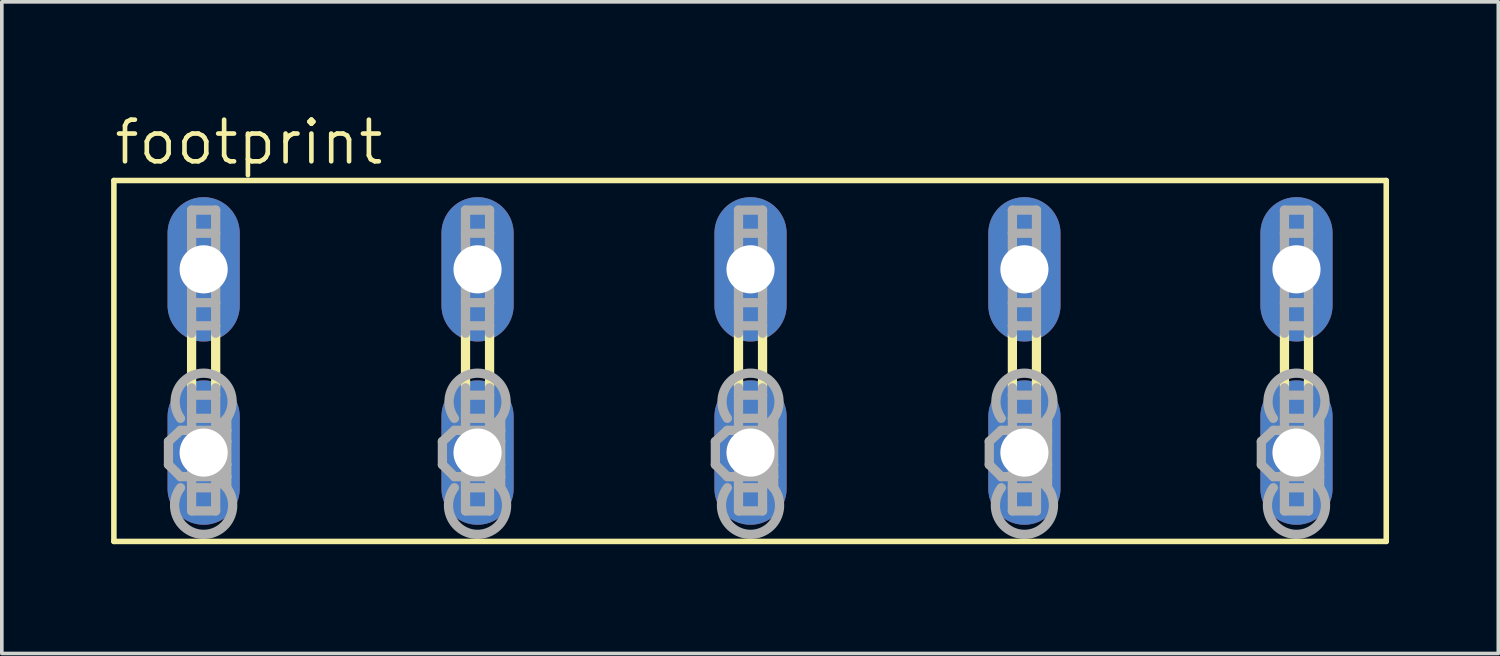
<source format=kicad_pcb>
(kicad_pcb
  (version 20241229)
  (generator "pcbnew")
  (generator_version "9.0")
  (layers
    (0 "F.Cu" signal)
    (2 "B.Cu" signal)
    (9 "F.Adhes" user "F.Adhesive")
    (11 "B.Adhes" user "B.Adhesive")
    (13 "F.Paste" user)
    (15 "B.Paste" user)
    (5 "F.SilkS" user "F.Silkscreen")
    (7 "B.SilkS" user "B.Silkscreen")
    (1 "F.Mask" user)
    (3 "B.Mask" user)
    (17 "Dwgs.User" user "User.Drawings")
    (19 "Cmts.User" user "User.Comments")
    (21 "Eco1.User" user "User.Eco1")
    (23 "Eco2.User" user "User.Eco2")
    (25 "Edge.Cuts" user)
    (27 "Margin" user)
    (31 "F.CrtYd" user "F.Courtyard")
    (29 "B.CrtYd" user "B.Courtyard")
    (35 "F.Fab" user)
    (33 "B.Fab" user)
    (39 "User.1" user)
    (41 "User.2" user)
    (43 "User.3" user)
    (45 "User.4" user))
  (footprint "footprint"
    (layer "F.Cu")
    (at 17.551 6.858)
    (property "Reference" "footprint" (at -17.526 -5.334 0) (layer "F.SilkS") (effects (font (size 1.143 1.143) (thickness 0.127)) (justify left bottom)))
    (fp_line (start -17.475 -4.953) (end -17.475 4.953) (stroke (width 0.152) (type solid)) (layer "F.SilkS"))
    (fp_line (start -17.475 -4.953) (end 17.45 -4.953) (stroke (width 0.152) (type solid)) (layer "F.SilkS"))
    (fp_line (start -15.342 0.711) (end -15.342 -0.737) (stroke (width 0.254) (type solid)) (layer "F.SilkS"))
    (fp_line (start -14.681 0.711) (end -14.681 -0.737) (stroke (width 0.254) (type solid)) (layer "F.SilkS"))
    (fp_line (start -7.823 0.711) (end -7.823 -0.737) (stroke (width 0.254) (type solid)) (layer "F.SilkS"))
    (fp_line (start -7.163 0.711) (end -7.163 -0.737) (stroke (width 0.254) (type solid)) (layer "F.SilkS"))
    (fp_line (start -0.33 0.711) (end -0.33 -0.737) (stroke (width 0.254) (type solid)) (layer "F.SilkS"))
    (fp_line (start 0.33 0.711) (end 0.33 -0.737) (stroke (width 0.254) (type solid)) (layer "F.SilkS"))
    (fp_line (start 7.188 0.711) (end 7.188 -0.737) (stroke (width 0.254) (type solid)) (layer "F.SilkS"))
    (fp_line (start 7.849 0.711) (end 7.849 -0.737) (stroke (width 0.254) (type solid)) (layer "F.SilkS"))
    (fp_line (start 14.656 0.711) (end 14.656 -0.737) (stroke (width 0.254) (type solid)) (layer "F.SilkS"))
    (fp_line (start 15.316 0.711) (end 15.316 -0.737) (stroke (width 0.254) (type solid)) (layer "F.SilkS"))
    (fp_line (start 17.45 4.953) (end -17.475 4.953) (stroke (width 0.152) (type solid)) (layer "F.SilkS"))
    (fp_line (start 17.45 4.953) (end 17.45 -4.953) (stroke (width 0.152) (type solid)) (layer "F.SilkS"))
    (fp_line (start -15.977 2.21) (end -15.646 1.905) (stroke (width 0.254) (type solid)) (layer "F.Fab"))
    (fp_line (start -15.977 2.845) (end -15.977 2.21) (stroke (width 0.254) (type solid)) (layer "F.Fab"))
    (fp_line (start -15.977 2.845) (end -15.646 3.175) (stroke (width 0.254) (type solid)) (layer "F.Fab"))
    (fp_line (start -15.342 -4.14) (end -14.681 -4.14) (stroke (width 0.254) (type solid)) (layer "F.Fab"))
    (fp_line (start -15.342 -3.505) (end -15.342 -4.14) (stroke (width 0.254) (type solid)) (layer "F.Fab"))
    (fp_line (start -15.342 -3.505) (end -15.342 -1.6) (stroke (width 0.254) (type solid)) (layer "F.Fab"))
    (fp_line (start -15.342 -1.6) (end -14.681 -1.6) (stroke (width 0.254) (type solid)) (layer "F.Fab"))
    (fp_line (start -15.342 -0.965) (end -15.342 -1.6) (stroke (width 0.254) (type solid)) (layer "F.Fab"))
    (fp_line (start -15.342 -0.965) (end -14.681 -0.965) (stroke (width 0.254) (type solid)) (layer "F.Fab"))
    (fp_line (start -15.342 -0.762) (end -15.342 -0.965) (stroke (width 0.254) (type solid)) (layer "F.Fab"))
    (fp_line (start -15.342 0.94) (end -15.342 0.737) (stroke (width 0.254) (type solid)) (layer "F.Fab"))
    (fp_line (start -15.342 0.94) (end -14.681 0.94) (stroke (width 0.254) (type solid)) (layer "F.Fab"))
    (fp_line (start -15.342 1.575) (end -15.342 0.94) (stroke (width 0.254) (type solid)) (layer "F.Fab"))
    (fp_line (start -15.342 1.575) (end -15.342 3.48) (stroke (width 0.254) (type solid)) (layer "F.Fab"))
    (fp_line (start -15.342 3.48) (end -15.342 4.115) (stroke (width 0.254) (type solid)) (layer "F.Fab"))
    (fp_line (start -15.342 3.48) (end -14.681 3.48) (stroke (width 0.254) (type solid)) (layer "F.Fab"))
    (fp_line (start -15.342 4.115) (end -14.681 4.115) (stroke (width 0.254) (type solid)) (layer "F.Fab"))
    (fp_line (start -14.681 -4.14) (end -14.681 -3.505) (stroke (width 0.254) (type solid)) (layer "F.Fab"))
    (fp_line (start -14.681 -3.505) (end -15.342 -3.505) (stroke (width 0.254) (type solid)) (layer "F.Fab"))
    (fp_line (start -14.681 -1.6) (end -14.681 -3.505) (stroke (width 0.254) (type solid)) (layer "F.Fab"))
    (fp_line (start -14.681 -0.965) (end -14.681 -1.6) (stroke (width 0.254) (type solid)) (layer "F.Fab"))
    (fp_line (start -14.681 -0.762) (end -14.681 -0.965) (stroke (width 0.254) (type solid)) (layer "F.Fab"))
    (fp_line (start -14.681 0.94) (end -14.681 0.737) (stroke (width 0.254) (type solid)) (layer "F.Fab"))
    (fp_line (start -14.681 0.94) (end -14.681 1.575) (stroke (width 0.254) (type solid)) (layer "F.Fab"))
    (fp_line (start -14.681 1.575) (end -15.342 1.575) (stroke (width 0.254) (type solid)) (layer "F.Fab"))
    (fp_line (start -14.681 1.905) (end -15.646 1.905) (stroke (width 0.254) (type solid)) (layer "F.Fab"))
    (fp_line (start -14.681 1.905) (end -14.681 1.575) (stroke (width 0.254) (type solid)) (layer "F.Fab"))
    (fp_line (start -14.681 1.905) (end -14.376 1.575) (stroke (width 0.254) (type solid)) (layer "F.Fab"))
    (fp_line (start -14.681 1.905) (end -14.376 2.21) (stroke (width 0.254) (type solid)) (layer "F.Fab"))
    (fp_line (start -14.681 3.175) (end -15.646 3.175) (stroke (width 0.254) (type solid)) (layer "F.Fab"))
    (fp_line (start -14.681 3.175) (end -14.681 1.905) (stroke (width 0.254) (type solid)) (layer "F.Fab"))
    (fp_line (start -14.681 3.175) (end -14.376 2.845) (stroke (width 0.254) (type solid)) (layer "F.Fab"))
    (fp_line (start -14.681 3.175) (end -14.376 3.48) (stroke (width 0.254) (type solid)) (layer "F.Fab"))
    (fp_line (start -14.681 3.48) (end -14.681 3.175) (stroke (width 0.254) (type solid)) (layer "F.Fab"))
    (fp_line (start -14.681 4.115) (end -14.681 3.48) (stroke (width 0.254) (type solid)) (layer "F.Fab"))
    (fp_line (start -14.376 1.905) (end -14.681 1.905) (stroke (width 0.254) (type solid)) (layer "F.Fab"))
    (fp_line (start -14.376 1.905) (end -14.376 1.575) (stroke (width 0.254) (type solid)) (layer "F.Fab"))
    (fp_line (start -14.376 2.21) (end -14.376 1.905) (stroke (width 0.254) (type solid)) (layer "F.Fab"))
    (fp_line (start -14.376 2.845) (end -14.376 2.21) (stroke (width 0.254) (type solid)) (layer "F.Fab"))
    (fp_line (start -14.376 3.175) (end -14.681 3.175) (stroke (width 0.254) (type solid)) (layer "F.Fab"))
    (fp_line (start -14.376 3.175) (end -14.376 2.845) (stroke (width 0.254) (type solid)) (layer "F.Fab"))
    (fp_line (start -14.376 3.48) (end -14.376 3.175) (stroke (width 0.254) (type solid)) (layer "F.Fab"))
    (fp_line (start -8.458 2.21) (end -8.128 1.905) (stroke (width 0.254) (type solid)) (layer "F.Fab"))
    (fp_line (start -8.458 2.845) (end -8.458 2.21) (stroke (width 0.254) (type solid)) (layer "F.Fab"))
    (fp_line (start -8.458 2.845) (end -8.128 3.175) (stroke (width 0.254) (type solid)) (layer "F.Fab"))
    (fp_line (start -7.823 -4.14) (end -7.163 -4.14) (stroke (width 0.254) (type solid)) (layer "F.Fab"))
    (fp_line (start -7.823 -3.505) (end -7.823 -4.14) (stroke (width 0.254) (type solid)) (layer "F.Fab"))
    (fp_line (start -7.823 -3.505) (end -7.823 -1.6) (stroke (width 0.254) (type solid)) (layer "F.Fab"))
    (fp_line (start -7.823 -1.6) (end -7.163 -1.6) (stroke (width 0.254) (type solid)) (layer "F.Fab"))
    (fp_line (start -7.823 -0.965) (end -7.823 -1.6) (stroke (width 0.254) (type solid)) (layer "F.Fab"))
    (fp_line (start -7.823 -0.965) (end -7.163 -0.965) (stroke (width 0.254) (type solid)) (layer "F.Fab"))
    (fp_line (start -7.823 -0.762) (end -7.823 -0.965) (stroke (width 0.254) (type solid)) (layer "F.Fab"))
    (fp_line (start -7.823 0.94) (end -7.823 0.737) (stroke (width 0.254) (type solid)) (layer "F.Fab"))
    (fp_line (start -7.823 0.94) (end -7.163 0.94) (stroke (width 0.254) (type solid)) (layer "F.Fab"))
    (fp_line (start -7.823 1.575) (end -7.823 0.94) (stroke (width 0.254) (type solid)) (layer "F.Fab"))
    (fp_line (start -7.823 1.575) (end -7.823 3.48) (stroke (width 0.254) (type solid)) (layer "F.Fab"))
    (fp_line (start -7.823 3.48) (end -7.823 4.115) (stroke (width 0.254) (type solid)) (layer "F.Fab"))
    (fp_line (start -7.823 3.48) (end -7.163 3.48) (stroke (width 0.254) (type solid)) (layer "F.Fab"))
    (fp_line (start -7.823 4.115) (end -7.163 4.115) (stroke (width 0.254) (type solid)) (layer "F.Fab"))
    (fp_line (start -7.163 -4.14) (end -7.163 -3.505) (stroke (width 0.254) (type solid)) (layer "F.Fab"))
    (fp_line (start -7.163 -3.505) (end -7.823 -3.505) (stroke (width 0.254) (type solid)) (layer "F.Fab"))
    (fp_line (start -7.163 -1.6) (end -7.163 -3.505) (stroke (width 0.254) (type solid)) (layer "F.Fab"))
    (fp_line (start -7.163 -0.965) (end -7.163 -1.6) (stroke (width 0.254) (type solid)) (layer "F.Fab"))
    (fp_line (start -7.163 -0.762) (end -7.163 -0.965) (stroke (width 0.254) (type solid)) (layer "F.Fab"))
    (fp_line (start -7.163 0.94) (end -7.163 0.737) (stroke (width 0.254) (type solid)) (layer "F.Fab"))
    (fp_line (start -7.163 0.94) (end -7.163 1.575) (stroke (width 0.254) (type solid)) (layer "F.Fab"))
    (fp_line (start -7.163 1.575) (end -7.823 1.575) (stroke (width 0.254) (type solid)) (layer "F.Fab"))
    (fp_line (start -7.163 1.905) (end -8.128 1.905) (stroke (width 0.254) (type solid)) (layer "F.Fab"))
    (fp_line (start -7.163 1.905) (end -7.163 1.575) (stroke (width 0.254) (type solid)) (layer "F.Fab"))
    (fp_line (start -7.163 1.905) (end -6.858 1.575) (stroke (width 0.254) (type solid)) (layer "F.Fab"))
    (fp_line (start -7.163 1.905) (end -6.858 2.21) (stroke (width 0.254) (type solid)) (layer "F.Fab"))
    (fp_line (start -7.163 3.175) (end -8.128 3.175) (stroke (width 0.254) (type solid)) (layer "F.Fab"))
    (fp_line (start -7.163 3.175) (end -7.163 1.905) (stroke (width 0.254) (type solid)) (layer "F.Fab"))
    (fp_line (start -7.163 3.175) (end -6.858 2.845) (stroke (width 0.254) (type solid)) (layer "F.Fab"))
    (fp_line (start -7.163 3.175) (end -6.858 3.48) (stroke (width 0.254) (type solid)) (layer "F.Fab"))
    (fp_line (start -7.163 3.48) (end -7.163 3.175) (stroke (width 0.254) (type solid)) (layer "F.Fab"))
    (fp_line (start -7.163 4.115) (end -7.163 3.48) (stroke (width 0.254) (type solid)) (layer "F.Fab"))
    (fp_line (start -6.858 1.905) (end -7.163 1.905) (stroke (width 0.254) (type solid)) (layer "F.Fab"))
    (fp_line (start -6.858 1.905) (end -6.858 1.575) (stroke (width 0.254) (type solid)) (layer "F.Fab"))
    (fp_line (start -6.858 2.21) (end -6.858 1.905) (stroke (width 0.254) (type solid)) (layer "F.Fab"))
    (fp_line (start -6.858 2.845) (end -6.858 2.21) (stroke (width 0.254) (type solid)) (layer "F.Fab"))
    (fp_line (start -6.858 3.175) (end -7.163 3.175) (stroke (width 0.254) (type solid)) (layer "F.Fab"))
    (fp_line (start -6.858 3.175) (end -6.858 2.845) (stroke (width 0.254) (type solid)) (layer "F.Fab"))
    (fp_line (start -6.858 3.48) (end -6.858 3.175) (stroke (width 0.254) (type solid)) (layer "F.Fab"))
    (fp_line (start -0.965 2.21) (end -0.635 1.905) (stroke (width 0.254) (type solid)) (layer "F.Fab"))
    (fp_line (start -0.965 2.845) (end -0.965 2.21) (stroke (width 0.254) (type solid)) (layer "F.Fab"))
    (fp_line (start -0.965 2.845) (end -0.635 3.175) (stroke (width 0.254) (type solid)) (layer "F.Fab"))
    (fp_line (start -0.33 -4.14) (end 0.33 -4.14) (stroke (width 0.254) (type solid)) (layer "F.Fab"))
    (fp_line (start -0.33 -3.505) (end -0.33 -4.14) (stroke (width 0.254) (type solid)) (layer "F.Fab"))
    (fp_line (start -0.33 -3.505) (end -0.33 -1.6) (stroke (width 0.254) (type solid)) (layer "F.Fab"))
    (fp_line (start -0.33 -1.6) (end 0.33 -1.6) (stroke (width 0.254) (type solid)) (layer "F.Fab"))
    (fp_line (start -0.33 -0.965) (end -0.33 -1.6) (stroke (width 0.254) (type solid)) (layer "F.Fab"))
    (fp_line (start -0.33 -0.965) (end 0.33 -0.965) (stroke (width 0.254) (type solid)) (layer "F.Fab"))
    (fp_line (start -0.33 -0.762) (end -0.33 -0.965) (stroke (width 0.254) (type solid)) (layer "F.Fab"))
    (fp_line (start -0.33 0.94) (end -0.33 0.737) (stroke (width 0.254) (type solid)) (layer "F.Fab"))
    (fp_line (start -0.33 0.94) (end 0.33 0.94) (stroke (width 0.254) (type solid)) (layer "F.Fab"))
    (fp_line (start -0.33 1.575) (end -0.33 0.94) (stroke (width 0.254) (type solid)) (layer "F.Fab"))
    (fp_line (start -0.33 1.575) (end -0.33 3.48) (stroke (width 0.254) (type solid)) (layer "F.Fab"))
    (fp_line (start -0.33 3.48) (end -0.33 4.115) (stroke (width 0.254) (type solid)) (layer "F.Fab"))
    (fp_line (start -0.33 3.48) (end 0.33 3.48) (stroke (width 0.254) (type solid)) (layer "F.Fab"))
    (fp_line (start -0.33 4.115) (end 0.33 4.115) (stroke (width 0.254) (type solid)) (layer "F.Fab"))
    (fp_line (start 0.33 -4.14) (end 0.33 -3.505) (stroke (width 0.254) (type solid)) (layer "F.Fab"))
    (fp_line (start 0.33 -3.505) (end -0.33 -3.505) (stroke (width 0.254) (type solid)) (layer "F.Fab"))
    (fp_line (start 0.33 -1.6) (end 0.33 -3.505) (stroke (width 0.254) (type solid)) (layer "F.Fab"))
    (fp_line (start 0.33 -0.965) (end 0.33 -1.6) (stroke (width 0.254) (type solid)) (layer "F.Fab"))
    (fp_line (start 0.33 -0.762) (end 0.33 -0.965) (stroke (width 0.254) (type solid)) (layer "F.Fab"))
    (fp_line (start 0.33 0.94) (end 0.33 0.737) (stroke (width 0.254) (type solid)) (layer "F.Fab"))
    (fp_line (start 0.33 0.94) (end 0.33 1.575) (stroke (width 0.254) (type solid)) (layer "F.Fab"))
    (fp_line (start 0.33 1.575) (end -0.33 1.575) (stroke (width 0.254) (type solid)) (layer "F.Fab"))
    (fp_line (start 0.33 1.905) (end -0.635 1.905) (stroke (width 0.254) (type solid)) (layer "F.Fab"))
    (fp_line (start 0.33 1.905) (end 0.33 1.575) (stroke (width 0.254) (type solid)) (layer "F.Fab"))
    (fp_line (start 0.33 1.905) (end 0.635 1.575) (stroke (width 0.254) (type solid)) (layer "F.Fab"))
    (fp_line (start 0.33 1.905) (end 0.635 2.21) (stroke (width 0.254) (type solid)) (layer "F.Fab"))
    (fp_line (start 0.33 3.175) (end -0.635 3.175) (stroke (width 0.254) (type solid)) (layer "F.Fab"))
    (fp_line (start 0.33 3.175) (end 0.33 1.905) (stroke (width 0.254) (type solid)) (layer "F.Fab"))
    (fp_line (start 0.33 3.175) (end 0.635 2.845) (stroke (width 0.254) (type solid)) (layer "F.Fab"))
    (fp_line (start 0.33 3.175) (end 0.635 3.48) (stroke (width 0.254) (type solid)) (layer "F.Fab"))
    (fp_line (start 0.33 3.48) (end 0.33 3.175) (stroke (width 0.254) (type solid)) (layer "F.Fab"))
    (fp_line (start 0.33 4.115) (end 0.33 3.48) (stroke (width 0.254) (type solid)) (layer "F.Fab"))
    (fp_line (start 0.635 1.905) (end 0.33 1.905) (stroke (width 0.254) (type solid)) (layer "F.Fab"))
    (fp_line (start 0.635 1.905) (end 0.635 1.575) (stroke (width 0.254) (type solid)) (layer "F.Fab"))
    (fp_line (start 0.635 2.21) (end 0.635 1.905) (stroke (width 0.254) (type solid)) (layer "F.Fab"))
    (fp_line (start 0.635 2.845) (end 0.635 2.21) (stroke (width 0.254) (type solid)) (layer "F.Fab"))
    (fp_line (start 0.635 3.175) (end 0.33 3.175) (stroke (width 0.254) (type solid)) (layer "F.Fab"))
    (fp_line (start 0.635 3.175) (end 0.635 2.845) (stroke (width 0.254) (type solid)) (layer "F.Fab"))
    (fp_line (start 0.635 3.48) (end 0.635 3.175) (stroke (width 0.254) (type solid)) (layer "F.Fab"))
    (fp_line (start 6.553 2.21) (end 6.883 1.905) (stroke (width 0.254) (type solid)) (layer "F.Fab"))
    (fp_line (start 6.553 2.845) (end 6.553 2.21) (stroke (width 0.254) (type solid)) (layer "F.Fab"))
    (fp_line (start 6.553 2.845) (end 6.883 3.175) (stroke (width 0.254) (type solid)) (layer "F.Fab"))
    (fp_line (start 7.188 -4.14) (end 7.849 -4.14) (stroke (width 0.254) (type solid)) (layer "F.Fab"))
    (fp_line (start 7.188 -3.505) (end 7.188 -4.14) (stroke (width 0.254) (type solid)) (layer "F.Fab"))
    (fp_line (start 7.188 -3.505) (end 7.188 -1.6) (stroke (width 0.254) (type solid)) (layer "F.Fab"))
    (fp_line (start 7.188 -1.6) (end 7.849 -1.6) (stroke (width 0.254) (type solid)) (layer "F.Fab"))
    (fp_line (start 7.188 -0.965) (end 7.188 -1.6) (stroke (width 0.254) (type solid)) (layer "F.Fab"))
    (fp_line (start 7.188 -0.965) (end 7.849 -0.965) (stroke (width 0.254) (type solid)) (layer "F.Fab"))
    (fp_line (start 7.188 -0.762) (end 7.188 -0.965) (stroke (width 0.254) (type solid)) (layer "F.Fab"))
    (fp_line (start 7.188 0.94) (end 7.188 0.737) (stroke (width 0.254) (type solid)) (layer "F.Fab"))
    (fp_line (start 7.188 0.94) (end 7.849 0.94) (stroke (width 0.254) (type solid)) (layer "F.Fab"))
    (fp_line (start 7.188 1.575) (end 7.188 0.94) (stroke (width 0.254) (type solid)) (layer "F.Fab"))
    (fp_line (start 7.188 1.575) (end 7.188 3.48) (stroke (width 0.254) (type solid)) (layer "F.Fab"))
    (fp_line (start 7.188 3.48) (end 7.188 4.115) (stroke (width 0.254) (type solid)) (layer "F.Fab"))
    (fp_line (start 7.188 3.48) (end 7.849 3.48) (stroke (width 0.254) (type solid)) (layer "F.Fab"))
    (fp_line (start 7.188 4.115) (end 7.849 4.115) (stroke (width 0.254) (type solid)) (layer "F.Fab"))
    (fp_line (start 7.849 -4.14) (end 7.849 -3.505) (stroke (width 0.254) (type solid)) (layer "F.Fab"))
    (fp_line (start 7.849 -3.505) (end 7.188 -3.505) (stroke (width 0.254) (type solid)) (layer "F.Fab"))
    (fp_line (start 7.849 -1.6) (end 7.849 -3.505) (stroke (width 0.254) (type solid)) (layer "F.Fab"))
    (fp_line (start 7.849 -0.965) (end 7.849 -1.6) (stroke (width 0.254) (type solid)) (layer "F.Fab"))
    (fp_line (start 7.849 -0.762) (end 7.849 -0.965) (stroke (width 0.254) (type solid)) (layer "F.Fab"))
    (fp_line (start 7.849 0.94) (end 7.849 0.737) (stroke (width 0.254) (type solid)) (layer "F.Fab"))
    (fp_line (start 7.849 0.94) (end 7.849 1.575) (stroke (width 0.254) (type solid)) (layer "F.Fab"))
    (fp_line (start 7.849 1.575) (end 7.188 1.575) (stroke (width 0.254) (type solid)) (layer "F.Fab"))
    (fp_line (start 7.849 1.905) (end 6.883 1.905) (stroke (width 0.254) (type solid)) (layer "F.Fab"))
    (fp_line (start 7.849 1.905) (end 7.849 1.575) (stroke (width 0.254) (type solid)) (layer "F.Fab"))
    (fp_line (start 7.849 1.905) (end 8.153 1.575) (stroke (width 0.254) (type solid)) (layer "F.Fab"))
    (fp_line (start 7.849 1.905) (end 8.153 2.21) (stroke (width 0.254) (type solid)) (layer "F.Fab"))
    (fp_line (start 7.849 3.175) (end 6.883 3.175) (stroke (width 0.254) (type solid)) (layer "F.Fab"))
    (fp_line (start 7.849 3.175) (end 7.849 1.905) (stroke (width 0.254) (type solid)) (layer "F.Fab"))
    (fp_line (start 7.849 3.175) (end 8.153 2.845) (stroke (width 0.254) (type solid)) (layer "F.Fab"))
    (fp_line (start 7.849 3.175) (end 8.153 3.48) (stroke (width 0.254) (type solid)) (layer "F.Fab"))
    (fp_line (start 7.849 3.48) (end 7.849 3.175) (stroke (width 0.254) (type solid)) (layer "F.Fab"))
    (fp_line (start 7.849 4.115) (end 7.849 3.48) (stroke (width 0.254) (type solid)) (layer "F.Fab"))
    (fp_line (start 8.153 1.905) (end 7.849 1.905) (stroke (width 0.254) (type solid)) (layer "F.Fab"))
    (fp_line (start 8.153 1.905) (end 8.153 1.575) (stroke (width 0.254) (type solid)) (layer "F.Fab"))
    (fp_line (start 8.153 2.21) (end 8.153 1.905) (stroke (width 0.254) (type solid)) (layer "F.Fab"))
    (fp_line (start 8.153 2.845) (end 8.153 2.21) (stroke (width 0.254) (type solid)) (layer "F.Fab"))
    (fp_line (start 8.153 3.175) (end 7.849 3.175) (stroke (width 0.254) (type solid)) (layer "F.Fab"))
    (fp_line (start 8.153 3.175) (end 8.153 2.845) (stroke (width 0.254) (type solid)) (layer "F.Fab"))
    (fp_line (start 8.153 3.48) (end 8.153 3.175) (stroke (width 0.254) (type solid)) (layer "F.Fab"))
    (fp_line (start 14.021 2.21) (end 14.351 1.905) (stroke (width 0.254) (type solid)) (layer "F.Fab"))
    (fp_line (start 14.021 2.845) (end 14.021 2.21) (stroke (width 0.254) (type solid)) (layer "F.Fab"))
    (fp_line (start 14.021 2.845) (end 14.351 3.175) (stroke (width 0.254) (type solid)) (layer "F.Fab"))
    (fp_line (start 14.656 -4.14) (end 15.316 -4.14) (stroke (width 0.254) (type solid)) (layer "F.Fab"))
    (fp_line (start 14.656 -3.505) (end 14.656 -4.14) (stroke (width 0.254) (type solid)) (layer "F.Fab"))
    (fp_line (start 14.656 -3.505) (end 14.656 -1.6) (stroke (width 0.254) (type solid)) (layer "F.Fab"))
    (fp_line (start 14.656 -1.6) (end 15.316 -1.6) (stroke (width 0.254) (type solid)) (layer "F.Fab"))
    (fp_line (start 14.656 -0.965) (end 14.656 -1.6) (stroke (width 0.254) (type solid)) (layer "F.Fab"))
    (fp_line (start 14.656 -0.965) (end 15.316 -0.965) (stroke (width 0.254) (type solid)) (layer "F.Fab"))
    (fp_line (start 14.656 -0.762) (end 14.656 -0.965) (stroke (width 0.254) (type solid)) (layer "F.Fab"))
    (fp_line (start 14.656 0.94) (end 14.656 0.737) (stroke (width 0.254) (type solid)) (layer "F.Fab"))
    (fp_line (start 14.656 0.94) (end 15.316 0.94) (stroke (width 0.254) (type solid)) (layer "F.Fab"))
    (fp_line (start 14.656 1.575) (end 14.656 0.94) (stroke (width 0.254) (type solid)) (layer "F.Fab"))
    (fp_line (start 14.656 1.575) (end 14.656 3.48) (stroke (width 0.254) (type solid)) (layer "F.Fab"))
    (fp_line (start 14.656 3.48) (end 14.656 4.115) (stroke (width 0.254) (type solid)) (layer "F.Fab"))
    (fp_line (start 14.656 3.48) (end 15.316 3.48) (stroke (width 0.254) (type solid)) (layer "F.Fab"))
    (fp_line (start 14.656 4.115) (end 15.316 4.115) (stroke (width 0.254) (type solid)) (layer "F.Fab"))
    (fp_line (start 15.316 -4.14) (end 15.316 -3.505) (stroke (width 0.254) (type solid)) (layer "F.Fab"))
    (fp_line (start 15.316 -3.505) (end 14.656 -3.505) (stroke (width 0.254) (type solid)) (layer "F.Fab"))
    (fp_line (start 15.316 -1.6) (end 15.316 -3.505) (stroke (width 0.254) (type solid)) (layer "F.Fab"))
    (fp_line (start 15.316 -0.965) (end 15.316 -1.6) (stroke (width 0.254) (type solid)) (layer "F.Fab"))
    (fp_line (start 15.316 -0.762) (end 15.316 -0.965) (stroke (width 0.254) (type solid)) (layer "F.Fab"))
    (fp_line (start 15.316 0.94) (end 15.316 0.737) (stroke (width 0.254) (type solid)) (layer "F.Fab"))
    (fp_line (start 15.316 0.94) (end 15.316 1.575) (stroke (width 0.254) (type solid)) (layer "F.Fab"))
    (fp_line (start 15.316 1.575) (end 14.656 1.575) (stroke (width 0.254) (type solid)) (layer "F.Fab"))
    (fp_line (start 15.316 1.905) (end 14.351 1.905) (stroke (width 0.254) (type solid)) (layer "F.Fab"))
    (fp_line (start 15.316 1.905) (end 15.316 1.575) (stroke (width 0.254) (type solid)) (layer "F.Fab"))
    (fp_line (start 15.316 1.905) (end 15.621 1.575) (stroke (width 0.254) (type solid)) (layer "F.Fab"))
    (fp_line (start 15.316 1.905) (end 15.621 2.21) (stroke (width 0.254) (type solid)) (layer "F.Fab"))
    (fp_line (start 15.316 3.175) (end 14.351 3.175) (stroke (width 0.254) (type solid)) (layer "F.Fab"))
    (fp_line (start 15.316 3.175) (end 15.316 1.905) (stroke (width 0.254) (type solid)) (layer "F.Fab"))
    (fp_line (start 15.316 3.175) (end 15.621 2.845) (stroke (width 0.254) (type solid)) (layer "F.Fab"))
    (fp_line (start 15.316 3.175) (end 15.621 3.48) (stroke (width 0.254) (type solid)) (layer "F.Fab"))
    (fp_line (start 15.316 3.48) (end 15.316 3.175) (stroke (width 0.254) (type solid)) (layer "F.Fab"))
    (fp_line (start 15.316 4.115) (end 15.316 3.48) (stroke (width 0.254) (type solid)) (layer "F.Fab"))
    (fp_line (start 15.621 1.905) (end 15.316 1.905) (stroke (width 0.254) (type solid)) (layer "F.Fab"))
    (fp_line (start 15.621 1.905) (end 15.621 1.575) (stroke (width 0.254) (type solid)) (layer "F.Fab"))
    (fp_line (start 15.621 2.21) (end 15.621 1.905) (stroke (width 0.254) (type solid)) (layer "F.Fab"))
    (fp_line (start 15.621 2.845) (end 15.621 2.21) (stroke (width 0.254) (type solid)) (layer "F.Fab"))
    (fp_line (start 15.621 3.175) (end 15.316 3.175) (stroke (width 0.254) (type solid)) (layer "F.Fab"))
    (fp_line (start 15.621 3.175) (end 15.621 2.845) (stroke (width 0.254) (type solid)) (layer "F.Fab"))
    (fp_line (start 15.621 3.48) (end 15.621 3.175) (stroke (width 0.254) (type solid)) (layer "F.Fab"))
    (fp_arc (start -15.6464 1.5748) (mid -15.011401 0.33513) (end -14.376399 1.574799) (stroke (width 0.254) (type solid)) (layer "F.Fab"))
    (fp_arc (start -14.3764 3.4798) (mid -15.0114 4.759976) (end -15.6464 3.4798) (stroke (width 0.254) (type solid)) (layer "F.Fab"))
    (fp_arc (start -8.128 1.5748) (mid -7.493001 0.33513) (end -6.857999 1.574799) (stroke (width 0.254) (type solid)) (layer "F.Fab"))
    (fp_arc (start -6.858 3.4798) (mid -7.493 4.759976) (end -8.128 3.4798) (stroke (width 0.254) (type solid)) (layer "F.Fab"))
    (fp_arc (start -0.635 1.5748) (mid -0.000001 0.33513) (end 0.635001 1.574799) (stroke (width 0.254) (type solid)) (layer "F.Fab"))
    (fp_arc (start 0.635 3.4798) (mid 0 4.759976) (end -0.635 3.4798) (stroke (width 0.254) (type solid)) (layer "F.Fab"))
    (fp_arc (start 6.8834 1.5748) (mid 7.518399 0.33513) (end 8.153401 1.574799) (stroke (width 0.254) (type solid)) (layer "F.Fab"))
    (fp_arc (start 8.1534 3.4798) (mid 7.5184 4.759976) (end 6.8834 3.4798) (stroke (width 0.254) (type solid)) (layer "F.Fab"))
    (fp_arc (start 14.351 1.5748) (mid 14.985999 0.33513) (end 15.621001 1.574799) (stroke (width 0.254) (type solid)) (layer "F.Fab"))
    (fp_arc (start 15.621 3.4798) (mid 14.986 4.759976) (end 14.351 3.4798) (stroke (width 0.254) (type solid)) (layer "F.Fab"))
    (pad "1" thru_hole oval (at -15.011 2.515 90) (size 3.962 1.981) (drill 1.321) (layers "*.Cu" "*.Mask"))
    (pad "2" thru_hole oval (at -15.011 -2.515 90) (size 3.962 1.981) (drill 1.321) (layers "*.Cu" "*.Mask"))
    (pad "3" thru_hole oval (at -7.493 2.515 90) (size 3.962 1.981) (drill 1.321) (layers "*.Cu" "*.Mask"))
    (pad "4" thru_hole oval (at -7.493 -2.515 90) (size 3.962 1.981) (drill 1.321) (layers "*.Cu" "*.Mask"))
    (pad "5" thru_hole oval (at 0 2.515 90) (size 3.962 1.981) (drill 1.321) (layers "*.Cu" "*.Mask"))
    (pad "6" thru_hole oval (at 0 -2.515 90) (size 3.962 1.981) (drill 1.321) (layers "*.Cu" "*.Mask"))
    (pad "7" thru_hole oval (at 7.518 2.515 90) (size 3.962 1.981) (drill 1.321) (layers "*.Cu" "*.Mask"))
    (pad "8" thru_hole oval (at 7.518 -2.515 90) (size 3.962 1.981) (drill 1.321) (layers "*.Cu" "*.Mask"))
    (pad "9" thru_hole oval (at 14.986 2.515 90) (size 3.962 1.981) (drill 1.321) (layers "*.Cu" "*.Mask"))
    (pad "10" thru_hole oval (at 14.986 -2.515 90) (size 3.962 1.981) (drill 1.321) (layers "*.Cu" "*.Mask")))
  (gr_rect
    (start -3 -3)
    (end 38.077 14.887)
    (stroke (width 0.1) (type default))
    (fill no)
    (layer "Edge.Cuts")))
</source>
